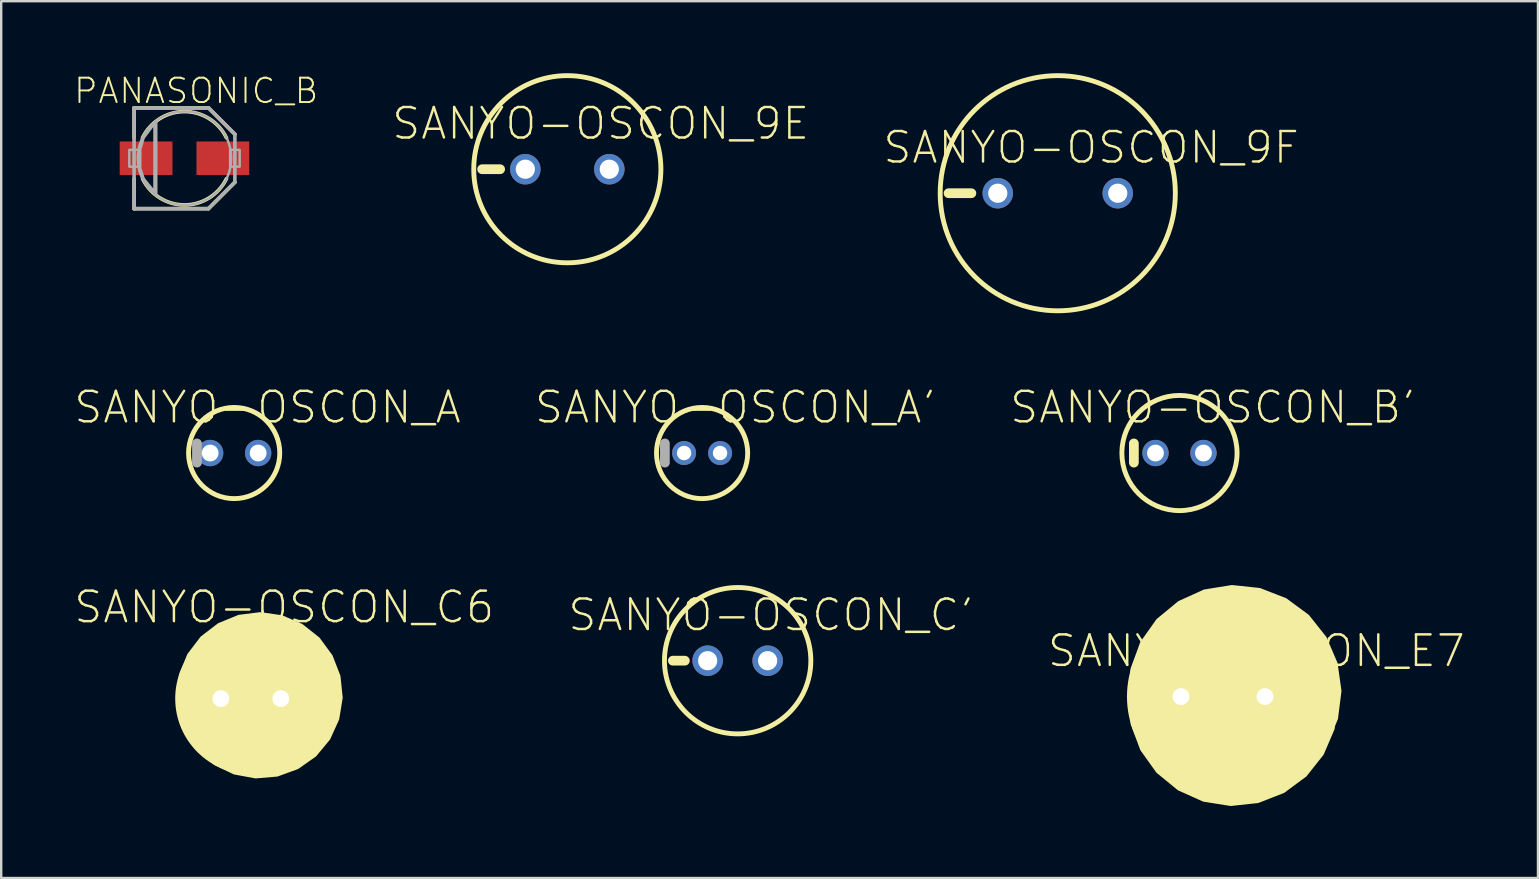
<source format=kicad_pcb>
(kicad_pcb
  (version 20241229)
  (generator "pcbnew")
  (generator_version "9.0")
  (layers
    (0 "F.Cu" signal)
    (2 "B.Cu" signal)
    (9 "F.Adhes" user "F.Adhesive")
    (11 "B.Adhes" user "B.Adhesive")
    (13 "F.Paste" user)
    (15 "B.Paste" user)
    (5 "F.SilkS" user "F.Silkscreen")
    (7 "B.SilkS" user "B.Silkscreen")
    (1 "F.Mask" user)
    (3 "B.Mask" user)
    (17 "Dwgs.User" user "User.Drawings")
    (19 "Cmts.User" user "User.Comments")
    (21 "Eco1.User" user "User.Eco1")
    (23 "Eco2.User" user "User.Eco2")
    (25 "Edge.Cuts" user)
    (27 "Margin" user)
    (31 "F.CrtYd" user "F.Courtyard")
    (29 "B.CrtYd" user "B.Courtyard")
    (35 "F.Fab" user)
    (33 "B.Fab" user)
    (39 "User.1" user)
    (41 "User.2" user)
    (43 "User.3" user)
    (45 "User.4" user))
  (footprint "PANASONIC_B"
    (layer "F.Cu")
    (at 4.638 3.545)
    (property "Reference" "PANASONIC_B" (at 0.487 -2.808 0) (layer "F.SilkS") (effects (font (size 1.016 1.016) (thickness 0.081))))
    (attr through_hole)
    (fp_line (start -2.1 -2.1) (end 1 -2.1) (stroke (width 0.15) (type solid)) (layer "F.SilkS"))
    (fp_line (start -2.1 -0.85) (end -2.1 -2.1) (stroke (width 0.15) (type solid)) (layer "F.SilkS"))
    (fp_line (start -2.1 2.1) (end -2.1 0.85) (stroke (width 0.15) (type solid)) (layer "F.SilkS"))
    (fp_line (start 1 -2.1) (end 2.1 -1) (stroke (width 0.15) (type solid)) (layer "F.SilkS"))
    (fp_line (start 1 2.1) (end -2.1 2.1) (stroke (width 0.15) (type solid)) (layer "F.SilkS"))
    (fp_line (start 2.1 1) (end 1 2.1) (stroke (width 0.15) (type solid)) (layer "F.SilkS"))
    (fp_arc (start -1.75 -0.85) (mid 0 -1.945508) (end 1.75 -0.85) (stroke (width 0.15) (type solid)) (layer "F.SilkS"))
    (fp_arc (start 1.75 0.85) (mid 0 1.945508) (end -1.75 0.85) (stroke (width 0.15) (type solid)) (layer "F.SilkS"))
    (fp_line (start -2.1 -2.1) (end 1 -2.1) (stroke (width 0.15) (type solid)) (layer "F.Fab"))
    (fp_line (start -2.1 2.1) (end -2.1 -2.1) (stroke (width 0.15) (type solid)) (layer "F.Fab"))
    (fp_line (start -1.2 -1.5) (end -1.2 1.5) (stroke (width 0.15) (type solid)) (layer "F.Fab"))
    (fp_line (start 1 -2.1) (end 2.1 -1) (stroke (width 0.15) (type solid)) (layer "F.Fab"))
    (fp_line (start 1 2.1) (end -2.1 2.1) (stroke (width 0.15) (type solid)) (layer "F.Fab"))
    (fp_line (start 2.1 -1) (end 2.1 1) (stroke (width 0.15) (type solid)) (layer "F.Fab"))
    (fp_line (start 2.1 1) (end 1 2.1) (stroke (width 0.15) (type solid)) (layer "F.Fab"))
    (fp_circle (center 0 0) (end 1.95 0) (stroke (width 0.102) (type solid)) (fill no) (layer "F.Fab"))
    (fp_poly (pts (xy -2.3 -0.35) (xy -1.85 -0.35) (xy -1.85 0.35) (xy -2.3 0.35)) (stroke (width 0.1) (type solid)) (fill no) (layer "F.Fab"))
    (fp_poly (pts (xy 1.9 -0.35) (xy 2.3 -0.35) (xy 2.3 0.35) (xy 1.9 0.35)) (stroke (width 0.1) (type solid)) (fill no) (layer "F.Fab"))
    (fp_poly (pts (xy -1.25 -1.45) (xy -1.7 -0.85) (xy -1.85 -0.35) (xy -1.85 0.4) (xy -1.7 0.85) (xy -1.25 1.4) (xy -1.25 -1.4)) (stroke (width 0.102) (type solid)) (fill no) (layer "F.Fab"))
    (pad "+" smd rect (at 1.6 0) (size 2.2 1.4) (layers "F.Cu" "F.Mask" "F.Paste"))
    (pad "-" smd rect (at -1.6 0) (size 2.2 1.4) (layers "F.Cu" "F.Mask" "F.Paste")))
  (footprint "SANYO-OSCON_B'"
    (layer "F.Cu")
    (at 46.102 15.829)
    (property "Reference" "SANYO-OSCON_B'" (at 1.391 -1.905 0) (layer "F.SilkS") (effects (font (size 1.27 1.27) (thickness 0.102))))
    (attr through_hole)
    (fp_line (start -1.9 0.4) (end -1.9 -0.4) (stroke (width 0.406) (type solid)) (layer "F.SilkS"))
    (fp_circle (center 0 0) (end 2.4 0) (stroke (width 0.203) (type solid)) (fill no) (layer "F.SilkS"))
    (pad "+" thru_hole circle (at 1 0) (size 1.1 1.1) (drill 0.7) (layers "*.Cu" "*.Mask"))
    (pad "-" thru_hole circle (at -1 0) (size 1.1 1.1) (drill 0.7) (layers "*.Cu" "*.Mask")))
  (footprint "SANYO-OSCON_E7"
    (layer "F.Cu")
    (at 47.916 25.979)
    (property "Reference" "SANYO-OSCON_E7" (at 1.391 -1.905 0) (layer "F.SilkS") (effects (font (size 1.27 1.27) (thickness 0.102))))
    (attr through_hole)
    (fp_circle (center 0 0) (end 3.9 0) (stroke (width 0.203) (type solid)) (fill no) (layer "F.SilkS"))
    (fp_poly (pts (xy -2.65 -2.8) (xy -2.65 2.8) (xy -1.754 3.518) (xy -0.7 3.976) (xy 0.436 4.142) (xy 1.576 4.004) (xy 2.641 3.573) (xy 3.555 2.878) (xy 4.255 1.967) (xy 4.692 0.905) (xy 4.836 -0.235) (xy 4.676 -1.372) (xy 4.223 -2.428) (xy 3.51 -3.328) (xy 2.586 -4.01) (xy 1.515 -4.426) (xy 0.373 -4.547) (xy -0.761 -4.364) (xy -1.807 -3.891) (xy -2.693 -3.16) (xy -3.357 -2.223) (xy -3.752 -1.144) (xy -3.85 0.000001) (xy -3.747 1.125) (xy -3.354 2.184) (xy -2.698 3.103) (xy -1.824 3.818) (xy -0.793 4.28) (xy 0.323 4.457) (xy 1.446 4.336) (xy 2.498 3.925) (xy 3.406 3.253) (xy 4.107 2.367) (xy 4.552 1.329) (xy 4.71 0.211) (xy 4.57 -0.91) (xy 4.142 -1.955) (xy 3.455 -2.852) (xy 2.558 -3.538) (xy 1.513 -3.966) (xy 0.392 -4.105) (xy -0.727 -3.947) (xy -1.765 -3.501) (xy -2.65 -2.8)) (stroke (width 0.203) (type solid)) (fill yes) (layer "F.SilkS"))
    (pad "+" thru_hole circle (at 1.75 0) (size 1.27 1.27) (drill 0.7) (layers "*.Cu" "*.Mask"))
    (pad "-" thru_hole circle (at -1.75 0) (size 1.27 1.27) (drill 0.7) (layers "*.Cu" "*.Mask")))
  (footprint "SANYO-OSCON_A'"
    (layer "F.Cu")
    (at 26.208 15.829)
    (property "Reference" "SANYO-OSCON_A'" (at 1.391 -1.905 0) (layer "F.SilkS") (effects (font (size 1.27 1.27) (thickness 0.102))))
    (attr through_hole)
    (fp_circle (center 0 0) (end 1.9 0) (stroke (width 0.203) (type solid)) (fill no) (layer "F.SilkS"))
    (fp_line (start -1.55 0.4) (end -1.55 -0.4) (stroke (width 0.406) (type solid)) (layer "F.Fab"))
    (pad "+" thru_hole circle (at 0.75 0) (size 1 1) (drill 0.6) (layers "*.Cu" "*.Mask"))
    (pad "-" thru_hole circle (at -0.75 0) (size 1 1) (drill 0.6) (layers "*.Cu" "*.Mask")))
  (footprint "SANYO-OSCON_C6"
    (layer "F.Cu")
    (at 7.403 26.062)
    (property "Reference" "SANYO-OSCON_C6" (at 1.391 -3.81 0) (layer "F.SilkS") (effects (font (size 1.27 1.27) (thickness 0.102))))
    (attr through_hole)
    (fp_circle (center 0 0) (end 3.05 0) (stroke (width 0.203) (type solid)) (fill no) (layer "F.SilkS"))
    (fp_poly (pts (xy -2.15 -2.1) (xy -2.15 2.1) (xy -1.476 2.681) (xy -0.674 3.064) (xy 0.2 3.225) (xy 1.086 3.15) (xy 1.922 2.846) (xy 2.649 2.334) (xy 3.216 1.649) (xy 3.584 0.839) (xy 3.727 -0.038) (xy 3.635 -0.923) (xy 3.314 -1.752) (xy 2.788 -2.469) (xy 2.092 -3.022) (xy 1.275 -3.374) (xy 0.395 -3.5) (xy -0.488 -3.39) (xy -1.31 -3.053) (xy -2.016 -2.513) (xy -2.556 -1.806) (xy -2.892 -0.983) (xy -3 -0.1) (xy -2.924 0.702) (xy -2.641 1.457) (xy -2.171 2.111) (xy -1.546 2.62) (xy -0.81 2.947) (xy -0.014 3.071) (xy 0.787 2.982) (xy 1.537 2.686) (xy 2.183 2.205) (xy 2.682 1.572) (xy 2.997 0.83) (xy 3.107 0.032) (xy 3.005 -0.767) (xy 2.697 -1.512) (xy 2.205 -2.15) (xy 1.564 -2.638) (xy 0.817 -2.941) (xy 0.017 -3.038) (xy -0.78 -2.922) (xy -1.52 -2.602) (xy -2.15 -2.1)) (stroke (width 0.203) (type solid)) (fill yes) (layer "F.SilkS"))
    (pad "+" thru_hole circle (at 1.25 0) (size 1.27 1.27) (drill 0.7) (layers "*.Cu" "*.Mask"))
    (pad "-" thru_hole circle (at -1.25 0) (size 1.27 1.27) (drill 0.7) (layers "*.Cu" "*.Mask")))
  (footprint "SANYO-OSCON_9E"
    (layer "F.Cu")
    (at 20.592 4.002)
    (property "Reference" "SANYO-OSCON_9E" (at 1.391 -1.905 0) (layer "F.SilkS") (effects (font (size 1.27 1.27) (thickness 0.102))))
    (attr through_hole)
    (fp_line (start -3.55 0) (end -2.8 0) (stroke (width 0.406) (type solid)) (layer "F.SilkS"))
    (fp_circle (center 0 0) (end 3.9 0) (stroke (width 0.203) (type solid)) (fill no) (layer "F.SilkS"))
    (pad "+" thru_hole circle (at 1.75 0) (size 1.27 1.27) (drill 0.8) (layers "*.Cu" "*.Mask"))
    (pad "-" thru_hole circle (at -1.75 0) (size 1.27 1.27) (drill 0.8) (layers "*.Cu" "*.Mask")))
  (footprint "SANYO-OSCON_C'"
    (layer "F.Cu")
    (at 27.69 24.483)
    (property "Reference" "SANYO-OSCON_C'" (at 1.391 -1.905 0) (layer "F.SilkS") (effects (font (size 1.27 1.27) (thickness 0.102))))
    (attr through_hole)
    (fp_line (start -2.2 0) (end -2.7 0) (stroke (width 0.406) (type solid)) (layer "F.SilkS"))
    (fp_circle (center 0 0) (end 3.05 0) (stroke (width 0.203) (type solid)) (fill no) (layer "F.SilkS"))
    (pad "+" thru_hole circle (at 1.25 0) (size 1.27 1.27) (drill 0.8) (layers "*.Cu" "*.Mask"))
    (pad "-" thru_hole circle (at -1.25 0) (size 1.27 1.27) (drill 0.8) (layers "*.Cu" "*.Mask")))
  (footprint "SANYO-OSCON_A"
    (layer "F.Cu")
    (at 6.708 15.829)
    (property "Reference" "SANYO-OSCON_A" (at 1.391 -1.905 0) (layer "F.SilkS") (effects (font (size 1.27 1.27) (thickness 0.102))))
    (attr through_hole)
    (fp_circle (center 0 0) (end 1.9 0) (stroke (width 0.203) (type solid)) (fill no) (layer "F.SilkS"))
    (fp_line (start -1.55 0.4) (end -1.55 -0.4) (stroke (width 0.406) (type solid)) (layer "F.Fab"))
    (pad "+" thru_hole circle (at 1 0) (size 1.1 1.1) (drill 0.7) (layers "*.Cu" "*.Mask"))
    (pad "-" thru_hole circle (at -1 0) (size 1.1 1.1) (drill 0.7) (layers "*.Cu" "*.Mask")))
  (footprint "SANYO-OSCON_9F"
    (layer "F.Cu")
    (at 41.03 5.002)
    (property "Reference" "SANYO-OSCON_9F" (at 1.391 -1.905 0) (layer "F.SilkS") (effects (font (size 1.27 1.27) (thickness 0.102))))
    (attr through_hole)
    (fp_line (start -4.55 0) (end -3.6 0) (stroke (width 0.406) (type solid)) (layer "F.SilkS"))
    (fp_circle (center 0 0) (end 4.9 0) (stroke (width 0.203) (type solid)) (fill no) (layer "F.SilkS"))
    (pad "+" thru_hole circle (at 2.5 0) (size 1.27 1.27) (drill 0.8) (layers "*.Cu" "*.Mask"))
    (pad "-" thru_hole circle (at -2.5 0) (size 1.27 1.27) (drill 0.8) (layers "*.Cu" "*.Mask")))
  (gr_rect
    (start -3 -3)
    (end 61.041 33.538)
    (stroke (width 0.1) (type default))
    (fill no)
    (layer "Edge.Cuts")))
</source>
